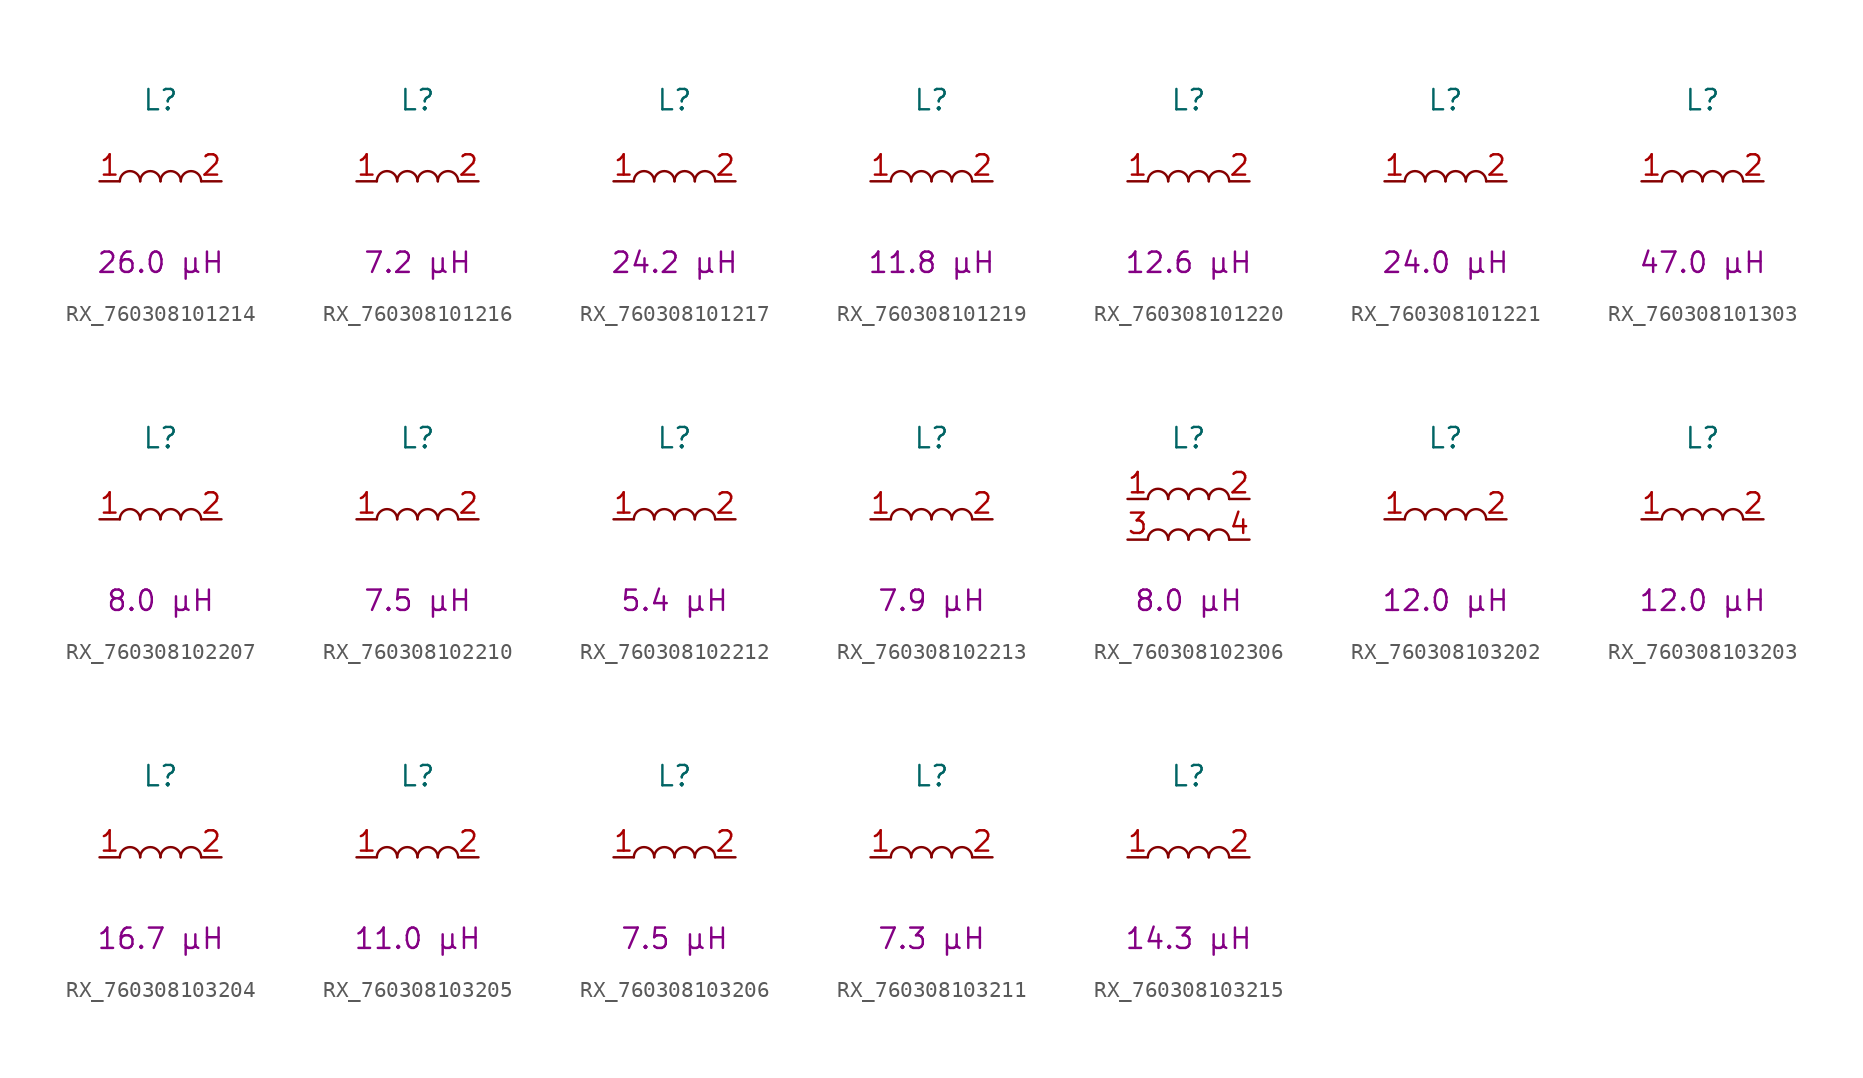
<source format=kicad_sym>
(kicad_symbol_lib
  (version 20220914)
  (generator kicad_symbol_editor)
  (symbol "RX_760308101214"
    (pin_names hide)
    (property "Reference" "L"
      (at 0 5.08 0)
      (effects (font (size 1.27 1.27))))
    (property "Critical Parameter" "26.0 µH"
      (at 0 -5.08 0)
      (effects (font (size 1.27 1.27))))
    (symbol "RX_760308101214_0_1"
      (arc (start -1.27 0) (mid -1.905 0.6323) (end -2.54 0) (stroke (width 0) (type default)) (fill (type none)))
      (arc (start 0 0) (mid -0.635 0.6323) (end -1.27 0) (stroke (width 0) (type default)) (fill (type none)))
      (arc (start 1.27 0) (mid 0.635 0.6323) (end 0 0) (stroke (width 0) (type default)) (fill (type none)))
      (arc (start 2.54 0) (mid 1.905 0.6323) (end 1.27 0) (stroke (width 0) (type default)) (fill (type none))))
    (symbol "RX_760308101214_1_1"
      (pin passive line (at -3.81 0 0) (length 1.27) (name "1" (effects (font (size 1.27 1.27)))) (number "1" (effects (font (size 1.27 1.27)))))
      (pin passive line (at 3.81 0 180) (length 1.27) (name "2" (effects (font (size 1.27 1.27)))) (number "2" (effects (font (size 1.27 1.27)))))))
  (symbol "RX_760308101216"
    (pin_names hide)
    (property "Reference" "L"
      (at 0 5.08 0)
      (effects (font (size 1.27 1.27))))
    (property "Critical Parameter" "7.2 µH"
      (at 0 -5.08 0)
      (effects (font (size 1.27 1.27))))
    (symbol "RX_760308101216_0_1"
      (arc (start -1.27 0) (mid -1.905 0.6323) (end -2.54 0) (stroke (width 0) (type default)) (fill (type none)))
      (arc (start 0 0) (mid -0.635 0.6323) (end -1.27 0) (stroke (width 0) (type default)) (fill (type none)))
      (arc (start 1.27 0) (mid 0.635 0.6323) (end 0 0) (stroke (width 0) (type default)) (fill (type none)))
      (arc (start 2.54 0) (mid 1.905 0.6323) (end 1.27 0) (stroke (width 0) (type default)) (fill (type none))))
    (symbol "RX_760308101216_1_1"
      (pin passive line (at -3.81 0 0) (length 1.27) (name "1" (effects (font (size 1.27 1.27)))) (number "1" (effects (font (size 1.27 1.27)))))
      (pin passive line (at 3.81 0 180) (length 1.27) (name "2" (effects (font (size 1.27 1.27)))) (number "2" (effects (font (size 1.27 1.27)))))))
  (symbol "RX_760308101217"
    (pin_names hide)
    (property "Reference" "L"
      (at 0 5.08 0)
      (effects (font (size 1.27 1.27))))
    (property "Critical Parameter" "24.2 µH"
      (at 0 -5.08 0)
      (effects (font (size 1.27 1.27))))
    (symbol "RX_760308101217_0_1"
      (arc (start -1.27 0) (mid -1.905 0.6323) (end -2.54 0) (stroke (width 0) (type default)) (fill (type none)))
      (arc (start 0 0) (mid -0.635 0.6323) (end -1.27 0) (stroke (width 0) (type default)) (fill (type none)))
      (arc (start 1.27 0) (mid 0.635 0.6323) (end 0 0) (stroke (width 0) (type default)) (fill (type none)))
      (arc (start 2.54 0) (mid 1.905 0.6323) (end 1.27 0) (stroke (width 0) (type default)) (fill (type none))))
    (symbol "RX_760308101217_1_1"
      (pin passive line (at -3.81 0 0) (length 1.27) (name "1" (effects (font (size 1.27 1.27)))) (number "1" (effects (font (size 1.27 1.27)))))
      (pin passive line (at 3.81 0 180) (length 1.27) (name "2" (effects (font (size 1.27 1.27)))) (number "2" (effects (font (size 1.27 1.27)))))))
  (symbol "RX_760308101219"
    (pin_names hide)
    (property "Reference" "L"
      (at 0 5.08 0)
      (effects (font (size 1.27 1.27))))
    (property "Critical Parameter" "11.8 µH"
      (at 0 -5.08 0)
      (effects (font (size 1.27 1.27))))
    (symbol "RX_760308101219_0_1"
      (arc (start -1.27 0) (mid -1.905 0.6323) (end -2.54 0) (stroke (width 0) (type default)) (fill (type none)))
      (arc (start 0 0) (mid -0.635 0.6323) (end -1.27 0) (stroke (width 0) (type default)) (fill (type none)))
      (arc (start 1.27 0) (mid 0.635 0.6323) (end 0 0) (stroke (width 0) (type default)) (fill (type none)))
      (arc (start 2.54 0) (mid 1.905 0.6323) (end 1.27 0) (stroke (width 0) (type default)) (fill (type none))))
    (symbol "RX_760308101219_1_1"
      (pin passive line (at -3.81 0 0) (length 1.27) (name "1" (effects (font (size 1.27 1.27)))) (number "1" (effects (font (size 1.27 1.27)))))
      (pin passive line (at 3.81 0 180) (length 1.27) (name "2" (effects (font (size 1.27 1.27)))) (number "2" (effects (font (size 1.27 1.27)))))))
  (symbol "RX_760308101220"
    (pin_names hide)
    (property "Reference" "L"
      (at 0 5.08 0)
      (effects (font (size 1.27 1.27))))
    (property "Critical Parameter" "12.6 µH"
      (at 0 -5.08 0)
      (effects (font (size 1.27 1.27))))
    (symbol "RX_760308101220_0_1"
      (arc (start -1.27 0) (mid -1.905 0.6323) (end -2.54 0) (stroke (width 0) (type default)) (fill (type none)))
      (arc (start 0 0) (mid -0.635 0.6323) (end -1.27 0) (stroke (width 0) (type default)) (fill (type none)))
      (arc (start 1.27 0) (mid 0.635 0.6323) (end 0 0) (stroke (width 0) (type default)) (fill (type none)))
      (arc (start 2.54 0) (mid 1.905 0.6323) (end 1.27 0) (stroke (width 0) (type default)) (fill (type none))))
    (symbol "RX_760308101220_1_1"
      (pin passive line (at -3.81 0 0) (length 1.27) (name "1" (effects (font (size 1.27 1.27)))) (number "1" (effects (font (size 1.27 1.27)))))
      (pin passive line (at 3.81 0 180) (length 1.27) (name "2" (effects (font (size 1.27 1.27)))) (number "2" (effects (font (size 1.27 1.27)))))))
  (symbol "RX_760308101221"
    (pin_names hide)
    (property "Reference" "L"
      (at 0 5.08 0)
      (effects (font (size 1.27 1.27))))
    (property "Critical Parameter" "24.0 µH"
      (at 0 -5.08 0)
      (effects (font (size 1.27 1.27))))
    (symbol "RX_760308101221_0_1"
      (arc (start -1.27 0) (mid -1.905 0.6323) (end -2.54 0) (stroke (width 0) (type default)) (fill (type none)))
      (arc (start 0 0) (mid -0.635 0.6323) (end -1.27 0) (stroke (width 0) (type default)) (fill (type none)))
      (arc (start 1.27 0) (mid 0.635 0.6323) (end 0 0) (stroke (width 0) (type default)) (fill (type none)))
      (arc (start 2.54 0) (mid 1.905 0.6323) (end 1.27 0) (stroke (width 0) (type default)) (fill (type none))))
    (symbol "RX_760308101221_1_1"
      (pin passive line (at -3.81 0 0) (length 1.27) (name "1" (effects (font (size 1.27 1.27)))) (number "1" (effects (font (size 1.27 1.27)))))
      (pin passive line (at 3.81 0 180) (length 1.27) (name "2" (effects (font (size 1.27 1.27)))) (number "2" (effects (font (size 1.27 1.27)))))))
  (symbol "RX_760308101303"
    (pin_names hide)
    (property "Reference" "L"
      (at 0 5.08 0)
      (effects (font (size 1.27 1.27))))
    (property "Critical Parameter" "47.0 µH"
      (at 0 -5.08 0)
      (effects (font (size 1.27 1.27))))
    (symbol "RX_760308101303_0_1"
      (arc (start -1.27 0) (mid -1.905 0.6323) (end -2.54 0) (stroke (width 0) (type default)) (fill (type none)))
      (arc (start 0 0) (mid -0.635 0.6323) (end -1.27 0) (stroke (width 0) (type default)) (fill (type none)))
      (arc (start 1.27 0) (mid 0.635 0.6323) (end 0 0) (stroke (width 0) (type default)) (fill (type none)))
      (arc (start 2.54 0) (mid 1.905 0.6323) (end 1.27 0) (stroke (width 0) (type default)) (fill (type none))))
    (symbol "RX_760308101303_1_1"
      (pin passive line (at -3.81 0 0) (length 1.27) (name "1" (effects (font (size 1.27 1.27)))) (number "1" (effects (font (size 1.27 1.27)))))
      (pin passive line (at 3.81 0 180) (length 1.27) (name "2" (effects (font (size 1.27 1.27)))) (number "2" (effects (font (size 1.27 1.27)))))))
  (symbol "RX_760308102207"
    (pin_names hide)
    (property "Reference" "L"
      (at 0 5.08 0)
      (effects (font (size 1.27 1.27))))
    (property "Critical Parameter" "8.0 µH"
      (at 0 -5.08 0)
      (effects (font (size 1.27 1.27))))
    (symbol "RX_760308102207_0_1"
      (arc (start -1.27 0) (mid -1.905 0.6323) (end -2.54 0) (stroke (width 0) (type default)) (fill (type none)))
      (arc (start 0 0) (mid -0.635 0.6323) (end -1.27 0) (stroke (width 0) (type default)) (fill (type none)))
      (arc (start 1.27 0) (mid 0.635 0.6323) (end 0 0) (stroke (width 0) (type default)) (fill (type none)))
      (arc (start 2.54 0) (mid 1.905 0.6323) (end 1.27 0) (stroke (width 0) (type default)) (fill (type none))))
    (symbol "RX_760308102207_1_1"
      (pin passive line (at -3.81 0 0) (length 1.27) (name "1" (effects (font (size 1.27 1.27)))) (number "1" (effects (font (size 1.27 1.27)))))
      (pin passive line (at 3.81 0 180) (length 1.27) (name "2" (effects (font (size 1.27 1.27)))) (number "2" (effects (font (size 1.27 1.27)))))))
  (symbol "RX_760308102210"
    (pin_names hide)
    (property "Reference" "L"
      (at 0 5.08 0)
      (effects (font (size 1.27 1.27))))
    (property "Critical Parameter" "7.5 µH"
      (at 0 -5.08 0)
      (effects (font (size 1.27 1.27))))
    (symbol "RX_760308102210_0_1"
      (arc (start -1.27 0) (mid -1.905 0.6323) (end -2.54 0) (stroke (width 0) (type default)) (fill (type none)))
      (arc (start 0 0) (mid -0.635 0.6323) (end -1.27 0) (stroke (width 0) (type default)) (fill (type none)))
      (arc (start 1.27 0) (mid 0.635 0.6323) (end 0 0) (stroke (width 0) (type default)) (fill (type none)))
      (arc (start 2.54 0) (mid 1.905 0.6323) (end 1.27 0) (stroke (width 0) (type default)) (fill (type none))))
    (symbol "RX_760308102210_1_1"
      (pin passive line (at -3.81 0 0) (length 1.27) (name "1" (effects (font (size 1.27 1.27)))) (number "1" (effects (font (size 1.27 1.27)))))
      (pin passive line (at 3.81 0 180) (length 1.27) (name "2" (effects (font (size 1.27 1.27)))) (number "2" (effects (font (size 1.27 1.27)))))))
  (symbol "RX_760308102212"
    (pin_names hide)
    (property "Reference" "L"
      (at 0 5.08 0)
      (effects (font (size 1.27 1.27))))
    (property "Critical Parameter" "5.4 µH"
      (at 0 -5.08 0)
      (effects (font (size 1.27 1.27))))
    (symbol "RX_760308102212_0_1"
      (arc (start -1.27 0) (mid -1.905 0.6323) (end -2.54 0) (stroke (width 0) (type default)) (fill (type none)))
      (arc (start 0 0) (mid -0.635 0.6323) (end -1.27 0) (stroke (width 0) (type default)) (fill (type none)))
      (arc (start 1.27 0) (mid 0.635 0.6323) (end 0 0) (stroke (width 0) (type default)) (fill (type none)))
      (arc (start 2.54 0) (mid 1.905 0.6323) (end 1.27 0) (stroke (width 0) (type default)) (fill (type none))))
    (symbol "RX_760308102212_1_1"
      (pin passive line (at -3.81 0 0) (length 1.27) (name "1" (effects (font (size 1.27 1.27)))) (number "1" (effects (font (size 1.27 1.27)))))
      (pin passive line (at 3.81 0 180) (length 1.27) (name "2" (effects (font (size 1.27 1.27)))) (number "2" (effects (font (size 1.27 1.27)))))))
  (symbol "RX_760308102213"
    (pin_names hide)
    (property "Reference" "L"
      (at 0 5.08 0)
      (effects (font (size 1.27 1.27))))
    (property "Critical Parameter" "7.9 µH"
      (at 0 -5.08 0)
      (effects (font (size 1.27 1.27))))
    (symbol "RX_760308102213_0_1"
      (arc (start -1.27 0) (mid -1.905 0.6323) (end -2.54 0) (stroke (width 0) (type default)) (fill (type none)))
      (arc (start 0 0) (mid -0.635 0.6323) (end -1.27 0) (stroke (width 0) (type default)) (fill (type none)))
      (arc (start 1.27 0) (mid 0.635 0.6323) (end 0 0) (stroke (width 0) (type default)) (fill (type none)))
      (arc (start 2.54 0) (mid 1.905 0.6323) (end 1.27 0) (stroke (width 0) (type default)) (fill (type none))))
    (symbol "RX_760308102213_1_1"
      (pin passive line (at -3.81 0 0) (length 1.27) (name "1" (effects (font (size 1.27 1.27)))) (number "1" (effects (font (size 1.27 1.27)))))
      (pin passive line (at 3.81 0 180) (length 1.27) (name "2" (effects (font (size 1.27 1.27)))) (number "2" (effects (font (size 1.27 1.27)))))))
  (symbol "RX_760308102306"
    (pin_names hide)
    (property "Reference" "L"
      (at 0 5.08 0)
      (effects (font (size 1.27 1.27))))
    (property "Critical Parameter" "8.0 µH"
      (at 0 -5.08 0)
      (effects (font (size 1.27 1.27))))
    (symbol "RX_760308102306_0_1"
      (arc (start -1.27 -1.27) (mid -1.905 -0.6377) (end -2.54 -1.27) (stroke (width 0) (type default)) (fill (type none)))
      (arc (start -1.27 1.27) (mid -1.905 1.9023) (end -2.54 1.27) (stroke (width 0) (type default)) (fill (type none)))
      (arc (start 0 -1.27) (mid -0.635 -0.6377) (end -1.27 -1.27) (stroke (width 0) (type default)) (fill (type none)))
      (arc (start 0 1.27) (mid -0.635 1.9023) (end -1.27 1.27) (stroke (width 0) (type default)) (fill (type none)))
      (arc (start 1.27 -1.27) (mid 0.635 -0.6377) (end 0 -1.27) (stroke (width 0) (type default)) (fill (type none)))
      (arc (start 1.27 1.27) (mid 0.635 1.9023) (end 0 1.27) (stroke (width 0) (type default)) (fill (type none)))
      (arc (start 2.54 -1.27) (mid 1.905 -0.6377) (end 1.27 -1.27) (stroke (width 0) (type default)) (fill (type none)))
      (arc (start 2.54 1.27) (mid 1.905 1.9023) (end 1.27 1.27) (stroke (width 0) (type default)) (fill (type none))))
    (symbol "RX_760308102306_1_1"
      (pin passive line (at -3.81 1.27 0) (length 1.27) (name "1" (effects (font (size 1.27 1.27)))) (number "1" (effects (font (size 1.27 1.27)))))
      (pin passive line (at 3.81 1.27 180) (length 1.27) (name "2" (effects (font (size 1.27 1.27)))) (number "2" (effects (font (size 1.27 1.27)))))
      (pin passive line (at -3.81 -1.27 0) (length 1.27) (name "3" (effects (font (size 1.27 1.27)))) (number "3" (effects (font (size 1.27 1.27)))))
      (pin passive line (at 3.81 -1.27 180) (length 1.27) (name "4" (effects (font (size 1.27 1.27)))) (number "4" (effects (font (size 1.27 1.27)))))))
  (symbol "RX_760308103202"
    (pin_names hide)
    (property "Reference" "L"
      (at 0 5.08 0)
      (effects (font (size 1.27 1.27))))
    (property "Critical Parameter" "12.0 µH"
      (at 0 -5.08 0)
      (effects (font (size 1.27 1.27))))
    (symbol "RX_760308103202_0_1"
      (arc (start -1.27 0) (mid -1.905 0.6323) (end -2.54 0) (stroke (width 0) (type default)) (fill (type none)))
      (arc (start 0 0) (mid -0.635 0.6323) (end -1.27 0) (stroke (width 0) (type default)) (fill (type none)))
      (arc (start 1.27 0) (mid 0.635 0.6323) (end 0 0) (stroke (width 0) (type default)) (fill (type none)))
      (arc (start 2.54 0) (mid 1.905 0.6323) (end 1.27 0) (stroke (width 0) (type default)) (fill (type none))))
    (symbol "RX_760308103202_1_1"
      (pin passive line (at -3.81 0 0) (length 1.27) (name "1" (effects (font (size 1.27 1.27)))) (number "1" (effects (font (size 1.27 1.27)))))
      (pin passive line (at 3.81 0 180) (length 1.27) (name "2" (effects (font (size 1.27 1.27)))) (number "2" (effects (font (size 1.27 1.27)))))))
  (symbol "RX_760308103203"
    (pin_names hide)
    (property "Reference" "L"
      (at 0 5.08 0)
      (effects (font (size 1.27 1.27))))
    (property "Critical Parameter" "12.0 µH"
      (at 0 -5.08 0)
      (effects (font (size 1.27 1.27))))
    (symbol "RX_760308103203_0_1"
      (arc (start -1.27 0) (mid -1.905 0.6323) (end -2.54 0) (stroke (width 0) (type default)) (fill (type none)))
      (arc (start 0 0) (mid -0.635 0.6323) (end -1.27 0) (stroke (width 0) (type default)) (fill (type none)))
      (arc (start 1.27 0) (mid 0.635 0.6323) (end 0 0) (stroke (width 0) (type default)) (fill (type none)))
      (arc (start 2.54 0) (mid 1.905 0.6323) (end 1.27 0) (stroke (width 0) (type default)) (fill (type none))))
    (symbol "RX_760308103203_1_1"
      (pin passive line (at -3.81 0 0) (length 1.27) (name "1" (effects (font (size 1.27 1.27)))) (number "1" (effects (font (size 1.27 1.27)))))
      (pin passive line (at 3.81 0 180) (length 1.27) (name "2" (effects (font (size 1.27 1.27)))) (number "2" (effects (font (size 1.27 1.27)))))))
  (symbol "RX_760308103204"
    (pin_names hide)
    (property "Reference" "L"
      (at 0 5.08 0)
      (effects (font (size 1.27 1.27))))
    (property "Critical Parameter" "16.7 µH"
      (at 0 -5.08 0)
      (effects (font (size 1.27 1.27))))
    (symbol "RX_760308103204_0_1"
      (arc (start -1.27 0) (mid -1.905 0.6323) (end -2.54 0) (stroke (width 0) (type default)) (fill (type none)))
      (arc (start 0 0) (mid -0.635 0.6323) (end -1.27 0) (stroke (width 0) (type default)) (fill (type none)))
      (arc (start 1.27 0) (mid 0.635 0.6323) (end 0 0) (stroke (width 0) (type default)) (fill (type none)))
      (arc (start 2.54 0) (mid 1.905 0.6323) (end 1.27 0) (stroke (width 0) (type default)) (fill (type none))))
    (symbol "RX_760308103204_1_1"
      (pin passive line (at -3.81 0 0) (length 1.27) (name "1" (effects (font (size 1.27 1.27)))) (number "1" (effects (font (size 1.27 1.27)))))
      (pin passive line (at 3.81 0 180) (length 1.27) (name "2" (effects (font (size 1.27 1.27)))) (number "2" (effects (font (size 1.27 1.27)))))))
  (symbol "RX_760308103205"
    (pin_names hide)
    (property "Reference" "L"
      (at 0 5.08 0)
      (effects (font (size 1.27 1.27))))
    (property "Critical Parameter" "11.0 µH"
      (at 0 -5.08 0)
      (effects (font (size 1.27 1.27))))
    (symbol "RX_760308103205_0_1"
      (arc (start -1.27 0) (mid -1.905 0.6323) (end -2.54 0) (stroke (width 0) (type default)) (fill (type none)))
      (arc (start 0 0) (mid -0.635 0.6323) (end -1.27 0) (stroke (width 0) (type default)) (fill (type none)))
      (arc (start 1.27 0) (mid 0.635 0.6323) (end 0 0) (stroke (width 0) (type default)) (fill (type none)))
      (arc (start 2.54 0) (mid 1.905 0.6323) (end 1.27 0) (stroke (width 0) (type default)) (fill (type none))))
    (symbol "RX_760308103205_1_1"
      (pin passive line (at -3.81 0 0) (length 1.27) (name "1" (effects (font (size 1.27 1.27)))) (number "1" (effects (font (size 1.27 1.27)))))
      (pin passive line (at 3.81 0 180) (length 1.27) (name "2" (effects (font (size 1.27 1.27)))) (number "2" (effects (font (size 1.27 1.27)))))))
  (symbol "RX_760308103206"
    (pin_names hide)
    (property "Reference" "L"
      (at 0 5.08 0)
      (effects (font (size 1.27 1.27))))
    (property "Critical Parameter" "7.5 µH"
      (at 0 -5.08 0)
      (effects (font (size 1.27 1.27))))
    (symbol "RX_760308103206_0_1"
      (arc (start -1.27 0) (mid -1.905 0.6323) (end -2.54 0) (stroke (width 0) (type default)) (fill (type none)))
      (arc (start 0 0) (mid -0.635 0.6323) (end -1.27 0) (stroke (width 0) (type default)) (fill (type none)))
      (arc (start 1.27 0) (mid 0.635 0.6323) (end 0 0) (stroke (width 0) (type default)) (fill (type none)))
      (arc (start 2.54 0) (mid 1.905 0.6323) (end 1.27 0) (stroke (width 0) (type default)) (fill (type none))))
    (symbol "RX_760308103206_1_1"
      (pin passive line (at -3.81 0 0) (length 1.27) (name "1" (effects (font (size 1.27 1.27)))) (number "1" (effects (font (size 1.27 1.27)))))
      (pin passive line (at 3.81 0 180) (length 1.27) (name "2" (effects (font (size 1.27 1.27)))) (number "2" (effects (font (size 1.27 1.27)))))))
  (symbol "RX_760308103211"
    (pin_names hide)
    (property "Reference" "L"
      (at 0 5.08 0)
      (effects (font (size 1.27 1.27))))
    (property "Critical Parameter" "7.3 µH"
      (at 0 -5.08 0)
      (effects (font (size 1.27 1.27))))
    (symbol "RX_760308103211_0_1"
      (arc (start -1.27 0) (mid -1.905 0.6323) (end -2.54 0) (stroke (width 0) (type default)) (fill (type none)))
      (arc (start 0 0) (mid -0.635 0.6323) (end -1.27 0) (stroke (width 0) (type default)) (fill (type none)))
      (arc (start 1.27 0) (mid 0.635 0.6323) (end 0 0) (stroke (width 0) (type default)) (fill (type none)))
      (arc (start 2.54 0) (mid 1.905 0.6323) (end 1.27 0) (stroke (width 0) (type default)) (fill (type none))))
    (symbol "RX_760308103211_1_1"
      (pin passive line (at -3.81 0 0) (length 1.27) (name "1" (effects (font (size 1.27 1.27)))) (number "1" (effects (font (size 1.27 1.27)))))
      (pin passive line (at 3.81 0 180) (length 1.27) (name "2" (effects (font (size 1.27 1.27)))) (number "2" (effects (font (size 1.27 1.27)))))))
  (symbol "RX_760308103215"
    (pin_names hide)
    (property "Reference" "L"
      (at 0 5.08 0)
      (effects (font (size 1.27 1.27))))
    (property "Critical Parameter" "14.3 µH"
      (at 0 -5.08 0)
      (effects (font (size 1.27 1.27))))
    (symbol "RX_760308103215_0_1"
      (arc (start -1.27 0) (mid -1.905 0.6323) (end -2.54 0) (stroke (width 0) (type default)) (fill (type none)))
      (arc (start 0 0) (mid -0.635 0.6323) (end -1.27 0) (stroke (width 0) (type default)) (fill (type none)))
      (arc (start 1.27 0) (mid 0.635 0.6323) (end 0 0) (stroke (width 0) (type default)) (fill (type none)))
      (arc (start 2.54 0) (mid 1.905 0.6323) (end 1.27 0) (stroke (width 0) (type default)) (fill (type none))))
    (symbol "RX_760308103215_1_1"
      (pin passive line (at -3.81 0 0) (length 1.27) (name "1" (effects (font (size 1.27 1.27)))) (number "1" (effects (font (size 1.27 1.27)))))
      (pin passive line (at 3.81 0 180) (length 1.27) (name "2" (effects (font (size 1.27 1.27)))) (number "2" (effects (font (size 1.27 1.27))))))))
</source>
